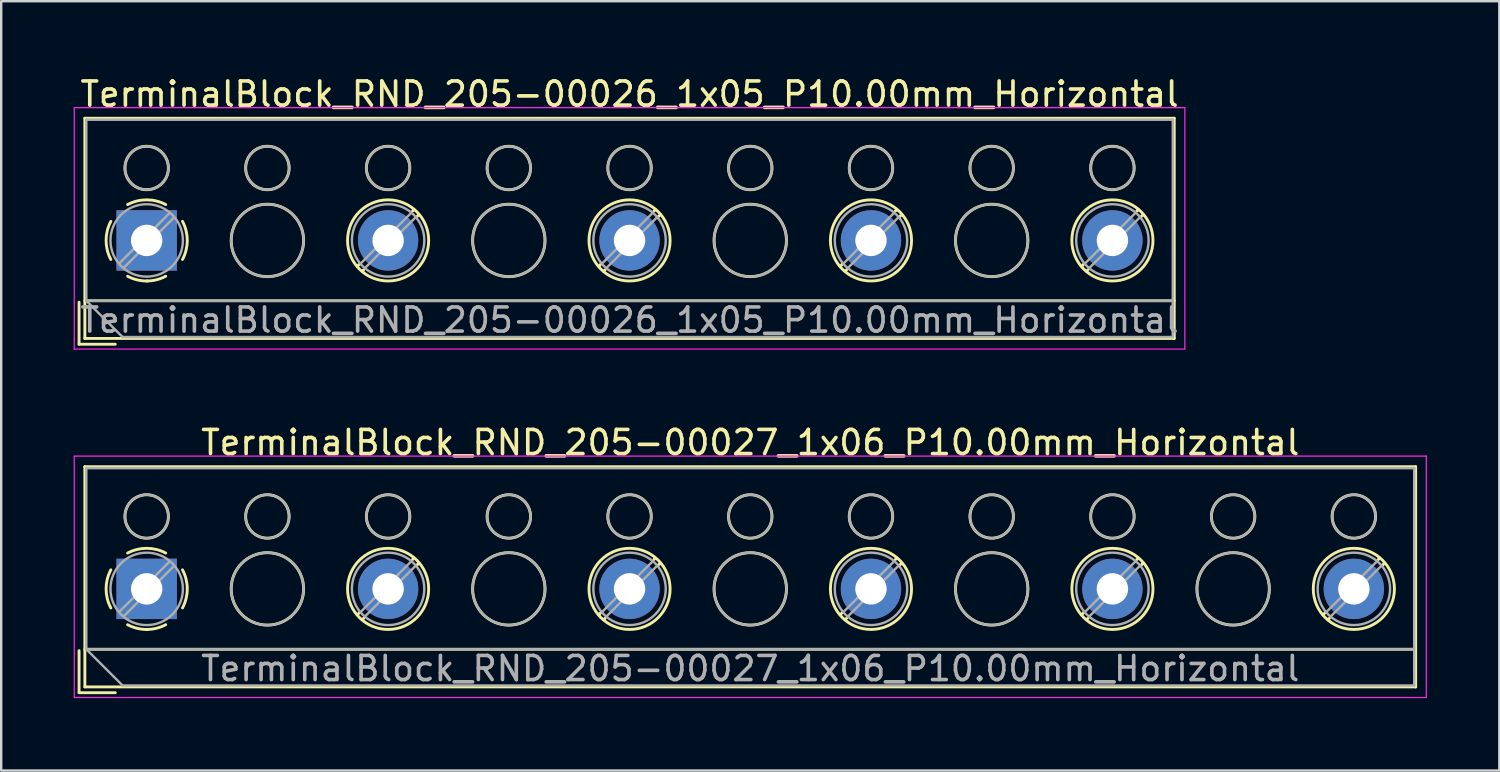
<source format=kicad_pcb>
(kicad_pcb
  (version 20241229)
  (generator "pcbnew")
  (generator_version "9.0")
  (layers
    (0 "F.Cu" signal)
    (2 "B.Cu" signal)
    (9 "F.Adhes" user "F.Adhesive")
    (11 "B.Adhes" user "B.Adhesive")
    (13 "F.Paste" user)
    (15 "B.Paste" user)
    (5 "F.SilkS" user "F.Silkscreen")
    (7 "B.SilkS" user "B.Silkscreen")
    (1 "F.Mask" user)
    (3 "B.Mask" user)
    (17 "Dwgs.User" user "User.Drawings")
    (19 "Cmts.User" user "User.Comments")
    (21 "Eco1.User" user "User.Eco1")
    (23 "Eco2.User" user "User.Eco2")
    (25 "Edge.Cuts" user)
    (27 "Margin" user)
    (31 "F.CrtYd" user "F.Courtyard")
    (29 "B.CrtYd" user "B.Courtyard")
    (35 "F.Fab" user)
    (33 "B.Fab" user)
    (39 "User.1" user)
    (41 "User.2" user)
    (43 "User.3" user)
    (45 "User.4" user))
  (footprint "TerminalBlock_RND_205-00027_1x06_P10.00mm_Horizontal"
    (layer "F.Cu")
    (at 3.025 21.341)
    (property "Reference" "TerminalBlock_RND_205-00027_1x06_P10.00mm_Horizontal" (at 25 -6.06 0) (layer "F.SilkS") (effects (font (size 1 1) (thickness 0.15))))
    (attr through_hole)
    (fp_line (start -2.8 2.56) (end -2.8 4.3) (stroke (width 0.12) (type solid)) (layer "F.SilkS"))
    (fp_line (start -2.8 4.3) (end -1.3 4.3) (stroke (width 0.12) (type solid)) (layer "F.SilkS"))
    (fp_line (start -2.56 -5.06) (end -2.56 4.06) (stroke (width 0.12) (type solid)) (layer "F.SilkS"))
    (fp_line (start -2.56 -5.06) (end 52.56 -5.06) (stroke (width 0.12) (type solid)) (layer "F.SilkS"))
    (fp_line (start -2.56 2.5) (end 52.56 2.5) (stroke (width 0.12) (type solid)) (layer "F.SilkS"))
    (fp_line (start -2.56 4.06) (end 52.56 4.06) (stroke (width 0.12) (type solid)) (layer "F.SilkS"))
    (fp_line (start 8.82 0.976) (end 8.726 1.069) (stroke (width 0.12) (type solid)) (layer "F.SilkS"))
    (fp_line (start 8.99 1.216) (end 8.931 1.274) (stroke (width 0.12) (type solid)) (layer "F.SilkS"))
    (fp_line (start 11.07 -1.275) (end 11.011 -1.216) (stroke (width 0.12) (type solid)) (layer "F.SilkS"))
    (fp_line (start 11.275 -1.069) (end 11.181 -0.976) (stroke (width 0.12) (type solid)) (layer "F.SilkS"))
    (fp_line (start 18.82 0.976) (end 18.726 1.069) (stroke (width 0.12) (type solid)) (layer "F.SilkS"))
    (fp_line (start 18.99 1.216) (end 18.931 1.274) (stroke (width 0.12) (type solid)) (layer "F.SilkS"))
    (fp_line (start 21.07 -1.275) (end 21.011 -1.216) (stroke (width 0.12) (type solid)) (layer "F.SilkS"))
    (fp_line (start 21.275 -1.069) (end 21.181 -0.976) (stroke (width 0.12) (type solid)) (layer "F.SilkS"))
    (fp_line (start 28.82 0.976) (end 28.726 1.069) (stroke (width 0.12) (type solid)) (layer "F.SilkS"))
    (fp_line (start 28.99 1.216) (end 28.931 1.274) (stroke (width 0.12) (type solid)) (layer "F.SilkS"))
    (fp_line (start 31.07 -1.275) (end 31.011 -1.216) (stroke (width 0.12) (type solid)) (layer "F.SilkS"))
    (fp_line (start 31.275 -1.069) (end 31.181 -0.976) (stroke (width 0.12) (type solid)) (layer "F.SilkS"))
    (fp_line (start 38.82 0.976) (end 38.726 1.069) (stroke (width 0.12) (type solid)) (layer "F.SilkS"))
    (fp_line (start 38.99 1.216) (end 38.931 1.274) (stroke (width 0.12) (type solid)) (layer "F.SilkS"))
    (fp_line (start 41.07 -1.275) (end 41.011 -1.216) (stroke (width 0.12) (type solid)) (layer "F.SilkS"))
    (fp_line (start 41.275 -1.069) (end 41.181 -0.976) (stroke (width 0.12) (type solid)) (layer "F.SilkS"))
    (fp_line (start 48.82 0.976) (end 48.726 1.069) (stroke (width 0.12) (type solid)) (layer "F.SilkS"))
    (fp_line (start 48.99 1.216) (end 48.931 1.274) (stroke (width 0.12) (type solid)) (layer "F.SilkS"))
    (fp_line (start 51.07 -1.275) (end 51.011 -1.216) (stroke (width 0.12) (type solid)) (layer "F.SilkS"))
    (fp_line (start 51.275 -1.069) (end 51.181 -0.976) (stroke (width 0.12) (type solid)) (layer "F.SilkS"))
    (fp_line (start 52.56 -5.06) (end 52.56 4.06) (stroke (width 0.12) (type solid)) (layer "F.SilkS"))
    (fp_arc (start -1.483953 0.789089) (mid -1.680708 0.00005) (end -1.484 -0.789) (stroke (width 0.12) (type solid)) (layer "F.SilkS"))
    (fp_arc (start -0.789089 -1.483953) (mid -0.00005 -1.680708) (end 0.789 -1.484) (stroke (width 0.12) (type solid)) (layer "F.SilkS"))
    (fp_arc (start 0.029383 1.68045) (mid -0.392304 1.634281) (end -0.789 1.484) (stroke (width 0.12) (type solid)) (layer "F.SilkS"))
    (fp_arc (start 0.788712 1.483352) (mid 0.406429 1.630097) (end 0 1.68) (stroke (width 0.12) (type solid)) (layer "F.SilkS"))
    (fp_arc (start 1.483953 -0.789089) (mid 1.680708 -0.00005) (end 1.484 0.789) (stroke (width 0.12) (type solid)) (layer "F.SilkS"))
    (fp_circle (center 0 -3) (end 0.9 -3) (stroke (width 0.12) (type solid)) (fill no) (layer "F.SilkS"))
    (fp_circle (center 5 -3) (end 5.9 -3) (stroke (width 0.12) (type solid)) (fill no) (layer "F.SilkS"))
    (fp_circle (center 5 0) (end 6.5 0) (stroke (width 0.12) (type solid)) (fill no) (layer "F.SilkS"))
    (fp_circle (center 10 -3) (end 10.9 -3) (stroke (width 0.12) (type solid)) (fill no) (layer "F.SilkS"))
    (fp_circle (center 10 0) (end 11.68 0) (stroke (width 0.12) (type solid)) (fill no) (layer "F.SilkS"))
    (fp_circle (center 15 -3) (end 15.9 -3) (stroke (width 0.12) (type solid)) (fill no) (layer "F.SilkS"))
    (fp_circle (center 15 0) (end 16.5 0) (stroke (width 0.12) (type solid)) (fill no) (layer "F.SilkS"))
    (fp_circle (center 20 -3) (end 20.9 -3) (stroke (width 0.12) (type solid)) (fill no) (layer "F.SilkS"))
    (fp_circle (center 20 0) (end 21.68 0) (stroke (width 0.12) (type solid)) (fill no) (layer "F.SilkS"))
    (fp_circle (center 25 -3) (end 25.9 -3) (stroke (width 0.12) (type solid)) (fill no) (layer "F.SilkS"))
    (fp_circle (center 25 0) (end 26.5 0) (stroke (width 0.12) (type solid)) (fill no) (layer "F.SilkS"))
    (fp_circle (center 30 -3) (end 30.9 -3) (stroke (width 0.12) (type solid)) (fill no) (layer "F.SilkS"))
    (fp_circle (center 30 0) (end 31.68 0) (stroke (width 0.12) (type solid)) (fill no) (layer "F.SilkS"))
    (fp_circle (center 35 -3) (end 35.9 -3) (stroke (width 0.12) (type solid)) (fill no) (layer "F.SilkS"))
    (fp_circle (center 35 0) (end 36.5 0) (stroke (width 0.12) (type solid)) (fill no) (layer "F.SilkS"))
    (fp_circle (center 40 -3) (end 40.9 -3) (stroke (width 0.12) (type solid)) (fill no) (layer "F.SilkS"))
    (fp_circle (center 40 0) (end 41.68 0) (stroke (width 0.12) (type solid)) (fill no) (layer "F.SilkS"))
    (fp_circle (center 45 -3) (end 45.9 -3) (stroke (width 0.12) (type solid)) (fill no) (layer "F.SilkS"))
    (fp_circle (center 45 0) (end 46.5 0) (stroke (width 0.12) (type solid)) (fill no) (layer "F.SilkS"))
    (fp_circle (center 50 -3) (end 50.9 -3) (stroke (width 0.12) (type solid)) (fill no) (layer "F.SilkS"))
    (fp_circle (center 50 0) (end 51.68 0) (stroke (width 0.12) (type solid)) (fill no) (layer "F.SilkS"))
    (fp_line (start -3 -5.5) (end -3 4.5) (stroke (width 0.05) (type solid)) (layer "F.CrtYd"))
    (fp_line (start -3 4.5) (end 53 4.5) (stroke (width 0.05) (type solid)) (layer "F.CrtYd"))
    (fp_line (start 53 -5.5) (end -3 -5.5) (stroke (width 0.05) (type solid)) (layer "F.CrtYd"))
    (fp_line (start 53 4.5) (end 53 -5.5) (stroke (width 0.05) (type solid)) (layer "F.CrtYd"))
    (fp_line (start -2.5 -5) (end 52.5 -5) (stroke (width 0.1) (type solid)) (layer "F.Fab"))
    (fp_line (start -2.5 2.5) (end -2.5 -5) (stroke (width 0.1) (type solid)) (layer "F.Fab"))
    (fp_line (start -2.5 2.5) (end 52.5 2.5) (stroke (width 0.1) (type solid)) (layer "F.Fab"))
    (fp_line (start -1 4) (end -2.5 2.5) (stroke (width 0.1) (type solid)) (layer "F.Fab"))
    (fp_line (start 0.955 -1.138) (end -1.138 0.955) (stroke (width 0.1) (type solid)) (layer "F.Fab"))
    (fp_line (start 1.138 -0.955) (end -0.955 1.138) (stroke (width 0.1) (type solid)) (layer "F.Fab"))
    (fp_line (start 10.955 -1.138) (end 8.863 0.955) (stroke (width 0.1) (type solid)) (layer "F.Fab"))
    (fp_line (start 11.138 -0.955) (end 9.046 1.138) (stroke (width 0.1) (type solid)) (layer "F.Fab"))
    (fp_line (start 20.955 -1.138) (end 18.863 0.955) (stroke (width 0.1) (type solid)) (layer "F.Fab"))
    (fp_line (start 21.138 -0.955) (end 19.046 1.138) (stroke (width 0.1) (type solid)) (layer "F.Fab"))
    (fp_line (start 30.955 -1.138) (end 28.863 0.955) (stroke (width 0.1) (type solid)) (layer "F.Fab"))
    (fp_line (start 31.138 -0.955) (end 29.046 1.138) (stroke (width 0.1) (type solid)) (layer "F.Fab"))
    (fp_line (start 40.955 -1.138) (end 38.863 0.955) (stroke (width 0.1) (type solid)) (layer "F.Fab"))
    (fp_line (start 41.138 -0.955) (end 39.046 1.138) (stroke (width 0.1) (type solid)) (layer "F.Fab"))
    (fp_line (start 50.955 -1.138) (end 48.863 0.955) (stroke (width 0.1) (type solid)) (layer "F.Fab"))
    (fp_line (start 51.138 -0.955) (end 49.046 1.138) (stroke (width 0.1) (type solid)) (layer "F.Fab"))
    (fp_line (start 52.5 -5) (end 52.5 4) (stroke (width 0.1) (type solid)) (layer "F.Fab"))
    (fp_line (start 52.5 4) (end -1 4) (stroke (width 0.1) (type solid)) (layer "F.Fab"))
    (fp_circle (center 0 -3) (end 0.9 -3) (stroke (width 0.1) (type solid)) (fill no) (layer "F.Fab"))
    (fp_circle (center 0 0) (end 1.5 0) (stroke (width 0.1) (type solid)) (fill no) (layer "F.Fab"))
    (fp_circle (center 5 -3) (end 5.9 -3) (stroke (width 0.1) (type solid)) (fill no) (layer "F.Fab"))
    (fp_circle (center 5 0) (end 6.5 0) (stroke (width 0.1) (type solid)) (fill no) (layer "F.Fab"))
    (fp_circle (center 10 -3) (end 10.9 -3) (stroke (width 0.1) (type solid)) (fill no) (layer "F.Fab"))
    (fp_circle (center 10 0) (end 11.5 0) (stroke (width 0.1) (type solid)) (fill no) (layer "F.Fab"))
    (fp_circle (center 15 -3) (end 15.9 -3) (stroke (width 0.1) (type solid)) (fill no) (layer "F.Fab"))
    (fp_circle (center 15 0) (end 16.5 0) (stroke (width 0.1) (type solid)) (fill no) (layer "F.Fab"))
    (fp_circle (center 20 -3) (end 20.9 -3) (stroke (width 0.1) (type solid)) (fill no) (layer "F.Fab"))
    (fp_circle (center 20 0) (end 21.5 0) (stroke (width 0.1) (type solid)) (fill no) (layer "F.Fab"))
    (fp_circle (center 25 -3) (end 25.9 -3) (stroke (width 0.1) (type solid)) (fill no) (layer "F.Fab"))
    (fp_circle (center 25 0) (end 26.5 0) (stroke (width 0.1) (type solid)) (fill no) (layer "F.Fab"))
    (fp_circle (center 30 -3) (end 30.9 -3) (stroke (width 0.1) (type solid)) (fill no) (layer "F.Fab"))
    (fp_circle (center 30 0) (end 31.5 0) (stroke (width 0.1) (type solid)) (fill no) (layer "F.Fab"))
    (fp_circle (center 35 -3) (end 35.9 -3) (stroke (width 0.1) (type solid)) (fill no) (layer "F.Fab"))
    (fp_circle (center 35 0) (end 36.5 0) (stroke (width 0.1) (type solid)) (fill no) (layer "F.Fab"))
    (fp_circle (center 40 -3) (end 40.9 -3) (stroke (width 0.1) (type solid)) (fill no) (layer "F.Fab"))
    (fp_circle (center 40 0) (end 41.5 0) (stroke (width 0.1) (type solid)) (fill no) (layer "F.Fab"))
    (fp_circle (center 45 -3) (end 45.9 -3) (stroke (width 0.1) (type solid)) (fill no) (layer "F.Fab"))
    (fp_circle (center 45 0) (end 46.5 0) (stroke (width 0.1) (type solid)) (fill no) (layer "F.Fab"))
    (fp_circle (center 50 -3) (end 50.9 -3) (stroke (width 0.1) (type solid)) (fill no) (layer "F.Fab"))
    (fp_circle (center 50 0) (end 51.5 0) (stroke (width 0.1) (type solid)) (fill no) (layer "F.Fab"))
    (fp_text user "${REFERENCE}" (at 25 3.3 0) (layer "F.Fab") (effects (font (size 1 1) (thickness 0.15))))
    (pad "1" thru_hole rect (at 0 0) (size 2.5 2.5) (drill 1.3) (layers "*.Cu" "*.Mask"))
    (pad "2" thru_hole circle (at 10 0) (size 2.5 2.5) (drill 1.3) (layers "*.Cu" "*.Mask"))
    (pad "3" thru_hole circle (at 20 0) (size 2.5 2.5) (drill 1.3) (layers "*.Cu" "*.Mask"))
    (pad "4" thru_hole circle (at 30 0) (size 2.5 2.5) (drill 1.3) (layers "*.Cu" "*.Mask"))
    (pad "5" thru_hole circle (at 40 0) (size 2.5 2.5) (drill 1.3) (layers "*.Cu" "*.Mask"))
    (pad "6" thru_hole circle (at 50 0) (size 2.5 2.5) (drill 1.3) (layers "*.Cu" "*.Mask")))
  (footprint "TerminalBlock_RND_205-00026_1x05_P10.00mm_Horizontal"
    (layer "F.Cu")
    (at 3.025 6.908)
    (property "Reference" "TerminalBlock_RND_205-00026_1x05_P10.00mm_Horizontal" (at 20 -6.06 0) (layer "F.SilkS") (effects (font (size 1 1) (thickness 0.15))))
    (attr through_hole)
    (fp_line (start -2.8 2.56) (end -2.8 4.3) (stroke (width 0.12) (type solid)) (layer "F.SilkS"))
    (fp_line (start -2.8 4.3) (end -1.3 4.3) (stroke (width 0.12) (type solid)) (layer "F.SilkS"))
    (fp_line (start -2.56 -5.06) (end -2.56 4.06) (stroke (width 0.12) (type solid)) (layer "F.SilkS"))
    (fp_line (start -2.56 -5.06) (end 42.56 -5.06) (stroke (width 0.12) (type solid)) (layer "F.SilkS"))
    (fp_line (start -2.56 2.5) (end 42.56 2.5) (stroke (width 0.12) (type solid)) (layer "F.SilkS"))
    (fp_line (start -2.56 4.06) (end 42.56 4.06) (stroke (width 0.12) (type solid)) (layer "F.SilkS"))
    (fp_line (start 8.82 0.976) (end 8.726 1.069) (stroke (width 0.12) (type solid)) (layer "F.SilkS"))
    (fp_line (start 8.99 1.216) (end 8.931 1.274) (stroke (width 0.12) (type solid)) (layer "F.SilkS"))
    (fp_line (start 11.07 -1.275) (end 11.011 -1.216) (stroke (width 0.12) (type solid)) (layer "F.SilkS"))
    (fp_line (start 11.275 -1.069) (end 11.181 -0.976) (stroke (width 0.12) (type solid)) (layer "F.SilkS"))
    (fp_line (start 18.82 0.976) (end 18.726 1.069) (stroke (width 0.12) (type solid)) (layer "F.SilkS"))
    (fp_line (start 18.99 1.216) (end 18.931 1.274) (stroke (width 0.12) (type solid)) (layer "F.SilkS"))
    (fp_line (start 21.07 -1.275) (end 21.011 -1.216) (stroke (width 0.12) (type solid)) (layer "F.SilkS"))
    (fp_line (start 21.275 -1.069) (end 21.181 -0.976) (stroke (width 0.12) (type solid)) (layer "F.SilkS"))
    (fp_line (start 28.82 0.976) (end 28.726 1.069) (stroke (width 0.12) (type solid)) (layer "F.SilkS"))
    (fp_line (start 28.99 1.216) (end 28.931 1.274) (stroke (width 0.12) (type solid)) (layer "F.SilkS"))
    (fp_line (start 31.07 -1.275) (end 31.011 -1.216) (stroke (width 0.12) (type solid)) (layer "F.SilkS"))
    (fp_line (start 31.275 -1.069) (end 31.181 -0.976) (stroke (width 0.12) (type solid)) (layer "F.SilkS"))
    (fp_line (start 38.82 0.976) (end 38.726 1.069) (stroke (width 0.12) (type solid)) (layer "F.SilkS"))
    (fp_line (start 38.99 1.216) (end 38.931 1.274) (stroke (width 0.12) (type solid)) (layer "F.SilkS"))
    (fp_line (start 41.07 -1.275) (end 41.011 -1.216) (stroke (width 0.12) (type solid)) (layer "F.SilkS"))
    (fp_line (start 41.275 -1.069) (end 41.181 -0.976) (stroke (width 0.12) (type solid)) (layer "F.SilkS"))
    (fp_line (start 42.56 -5.06) (end 42.56 4.06) (stroke (width 0.12) (type solid)) (layer "F.SilkS"))
    (fp_arc (start -1.483953 0.789089) (mid -1.680708 0.00005) (end -1.484 -0.789) (stroke (width 0.12) (type solid)) (layer "F.SilkS"))
    (fp_arc (start -0.789089 -1.483953) (mid -0.00005 -1.680708) (end 0.789 -1.484) (stroke (width 0.12) (type solid)) (layer "F.SilkS"))
    (fp_arc (start 0.029383 1.68045) (mid -0.392304 1.634281) (end -0.789 1.484) (stroke (width 0.12) (type solid)) (layer "F.SilkS"))
    (fp_arc (start 0.788712 1.483352) (mid 0.406429 1.630097) (end 0 1.68) (stroke (width 0.12) (type solid)) (layer "F.SilkS"))
    (fp_arc (start 1.483953 -0.789089) (mid 1.680708 -0.00005) (end 1.484 0.789) (stroke (width 0.12) (type solid)) (layer "F.SilkS"))
    (fp_circle (center 0 -3) (end 0.9 -3) (stroke (width 0.12) (type solid)) (fill no) (layer "F.SilkS"))
    (fp_circle (center 5 -3) (end 5.9 -3) (stroke (width 0.12) (type solid)) (fill no) (layer "F.SilkS"))
    (fp_circle (center 5 0) (end 6.5 0) (stroke (width 0.12) (type solid)) (fill no) (layer "F.SilkS"))
    (fp_circle (center 10 -3) (end 10.9 -3) (stroke (width 0.12) (type solid)) (fill no) (layer "F.SilkS"))
    (fp_circle (center 10 0) (end 11.68 0) (stroke (width 0.12) (type solid)) (fill no) (layer "F.SilkS"))
    (fp_circle (center 15 -3) (end 15.9 -3) (stroke (width 0.12) (type solid)) (fill no) (layer "F.SilkS"))
    (fp_circle (center 15 0) (end 16.5 0) (stroke (width 0.12) (type solid)) (fill no) (layer "F.SilkS"))
    (fp_circle (center 20 -3) (end 20.9 -3) (stroke (width 0.12) (type solid)) (fill no) (layer "F.SilkS"))
    (fp_circle (center 20 0) (end 21.68 0) (stroke (width 0.12) (type solid)) (fill no) (layer "F.SilkS"))
    (fp_circle (center 25 -3) (end 25.9 -3) (stroke (width 0.12) (type solid)) (fill no) (layer "F.SilkS"))
    (fp_circle (center 25 0) (end 26.5 0) (stroke (width 0.12) (type solid)) (fill no) (layer "F.SilkS"))
    (fp_circle (center 30 -3) (end 30.9 -3) (stroke (width 0.12) (type solid)) (fill no) (layer "F.SilkS"))
    (fp_circle (center 30 0) (end 31.68 0) (stroke (width 0.12) (type solid)) (fill no) (layer "F.SilkS"))
    (fp_circle (center 35 -3) (end 35.9 -3) (stroke (width 0.12) (type solid)) (fill no) (layer "F.SilkS"))
    (fp_circle (center 35 0) (end 36.5 0) (stroke (width 0.12) (type solid)) (fill no) (layer "F.SilkS"))
    (fp_circle (center 40 -3) (end 40.9 -3) (stroke (width 0.12) (type solid)) (fill no) (layer "F.SilkS"))
    (fp_circle (center 40 0) (end 41.68 0) (stroke (width 0.12) (type solid)) (fill no) (layer "F.SilkS"))
    (fp_line (start -3 -5.5) (end -3 4.5) (stroke (width 0.05) (type solid)) (layer "F.CrtYd"))
    (fp_line (start -3 4.5) (end 43 4.5) (stroke (width 0.05) (type solid)) (layer "F.CrtYd"))
    (fp_line (start 43 -5.5) (end -3 -5.5) (stroke (width 0.05) (type solid)) (layer "F.CrtYd"))
    (fp_line (start 43 4.5) (end 43 -5.5) (stroke (width 0.05) (type solid)) (layer "F.CrtYd"))
    (fp_line (start -2.5 -5) (end 42.5 -5) (stroke (width 0.1) (type solid)) (layer "F.Fab"))
    (fp_line (start -2.5 2.5) (end -2.5 -5) (stroke (width 0.1) (type solid)) (layer "F.Fab"))
    (fp_line (start -2.5 2.5) (end 42.5 2.5) (stroke (width 0.1) (type solid)) (layer "F.Fab"))
    (fp_line (start -1 4) (end -2.5 2.5) (stroke (width 0.1) (type solid)) (layer "F.Fab"))
    (fp_line (start 0.955 -1.138) (end -1.138 0.955) (stroke (width 0.1) (type solid)) (layer "F.Fab"))
    (fp_line (start 1.138 -0.955) (end -0.955 1.138) (stroke (width 0.1) (type solid)) (layer "F.Fab"))
    (fp_line (start 10.955 -1.138) (end 8.863 0.955) (stroke (width 0.1) (type solid)) (layer "F.Fab"))
    (fp_line (start 11.138 -0.955) (end 9.046 1.138) (stroke (width 0.1) (type solid)) (layer "F.Fab"))
    (fp_line (start 20.955 -1.138) (end 18.863 0.955) (stroke (width 0.1) (type solid)) (layer "F.Fab"))
    (fp_line (start 21.138 -0.955) (end 19.046 1.138) (stroke (width 0.1) (type solid)) (layer "F.Fab"))
    (fp_line (start 30.955 -1.138) (end 28.863 0.955) (stroke (width 0.1) (type solid)) (layer "F.Fab"))
    (fp_line (start 31.138 -0.955) (end 29.046 1.138) (stroke (width 0.1) (type solid)) (layer "F.Fab"))
    (fp_line (start 40.955 -1.138) (end 38.863 0.955) (stroke (width 0.1) (type solid)) (layer "F.Fab"))
    (fp_line (start 41.138 -0.955) (end 39.046 1.138) (stroke (width 0.1) (type solid)) (layer "F.Fab"))
    (fp_line (start 42.5 -5) (end 42.5 4) (stroke (width 0.1) (type solid)) (layer "F.Fab"))
    (fp_line (start 42.5 4) (end -1 4) (stroke (width 0.1) (type solid)) (layer "F.Fab"))
    (fp_circle (center 0 -3) (end 0.9 -3) (stroke (width 0.1) (type solid)) (fill no) (layer "F.Fab"))
    (fp_circle (center 0 0) (end 1.5 0) (stroke (width 0.1) (type solid)) (fill no) (layer "F.Fab"))
    (fp_circle (center 5 -3) (end 5.9 -3) (stroke (width 0.1) (type solid)) (fill no) (layer "F.Fab"))
    (fp_circle (center 5 0) (end 6.5 0) (stroke (width 0.1) (type solid)) (fill no) (layer "F.Fab"))
    (fp_circle (center 10 -3) (end 10.9 -3) (stroke (width 0.1) (type solid)) (fill no) (layer "F.Fab"))
    (fp_circle (center 10 0) (end 11.5 0) (stroke (width 0.1) (type solid)) (fill no) (layer "F.Fab"))
    (fp_circle (center 15 -3) (end 15.9 -3) (stroke (width 0.1) (type solid)) (fill no) (layer "F.Fab"))
    (fp_circle (center 15 0) (end 16.5 0) (stroke (width 0.1) (type solid)) (fill no) (layer "F.Fab"))
    (fp_circle (center 20 -3) (end 20.9 -3) (stroke (width 0.1) (type solid)) (fill no) (layer "F.Fab"))
    (fp_circle (center 20 0) (end 21.5 0) (stroke (width 0.1) (type solid)) (fill no) (layer "F.Fab"))
    (fp_circle (center 25 -3) (end 25.9 -3) (stroke (width 0.1) (type solid)) (fill no) (layer "F.Fab"))
    (fp_circle (center 25 0) (end 26.5 0) (stroke (width 0.1) (type solid)) (fill no) (layer "F.Fab"))
    (fp_circle (center 30 -3) (end 30.9 -3) (stroke (width 0.1) (type solid)) (fill no) (layer "F.Fab"))
    (fp_circle (center 30 0) (end 31.5 0) (stroke (width 0.1) (type solid)) (fill no) (layer "F.Fab"))
    (fp_circle (center 35 -3) (end 35.9 -3) (stroke (width 0.1) (type solid)) (fill no) (layer "F.Fab"))
    (fp_circle (center 35 0) (end 36.5 0) (stroke (width 0.1) (type solid)) (fill no) (layer "F.Fab"))
    (fp_circle (center 40 -3) (end 40.9 -3) (stroke (width 0.1) (type solid)) (fill no) (layer "F.Fab"))
    (fp_circle (center 40 0) (end 41.5 0) (stroke (width 0.1) (type solid)) (fill no) (layer "F.Fab"))
    (fp_text user "${REFERENCE}" (at 20 3.3 0) (layer "F.Fab") (effects (font (size 1 1) (thickness 0.15))))
    (pad "1" thru_hole rect (at 0 0) (size 2.5 2.5) (drill 1.3) (layers "*.Cu" "*.Mask"))
    (pad "2" thru_hole circle (at 10 0) (size 2.5 2.5) (drill 1.3) (layers "*.Cu" "*.Mask"))
    (pad "3" thru_hole circle (at 20 0) (size 2.5 2.5) (drill 1.3) (layers "*.Cu" "*.Mask"))
    (pad "4" thru_hole circle (at 30 0) (size 2.5 2.5) (drill 1.3) (layers "*.Cu" "*.Mask"))
    (pad "5" thru_hole circle (at 40 0) (size 2.5 2.5) (drill 1.3) (layers "*.Cu" "*.Mask")))
  (gr_rect
    (start -3 -3)
    (end 59.05 28.866)
    (stroke (width 0.1) (type default))
    (fill no)
    (layer "Edge.Cuts")))
</source>
